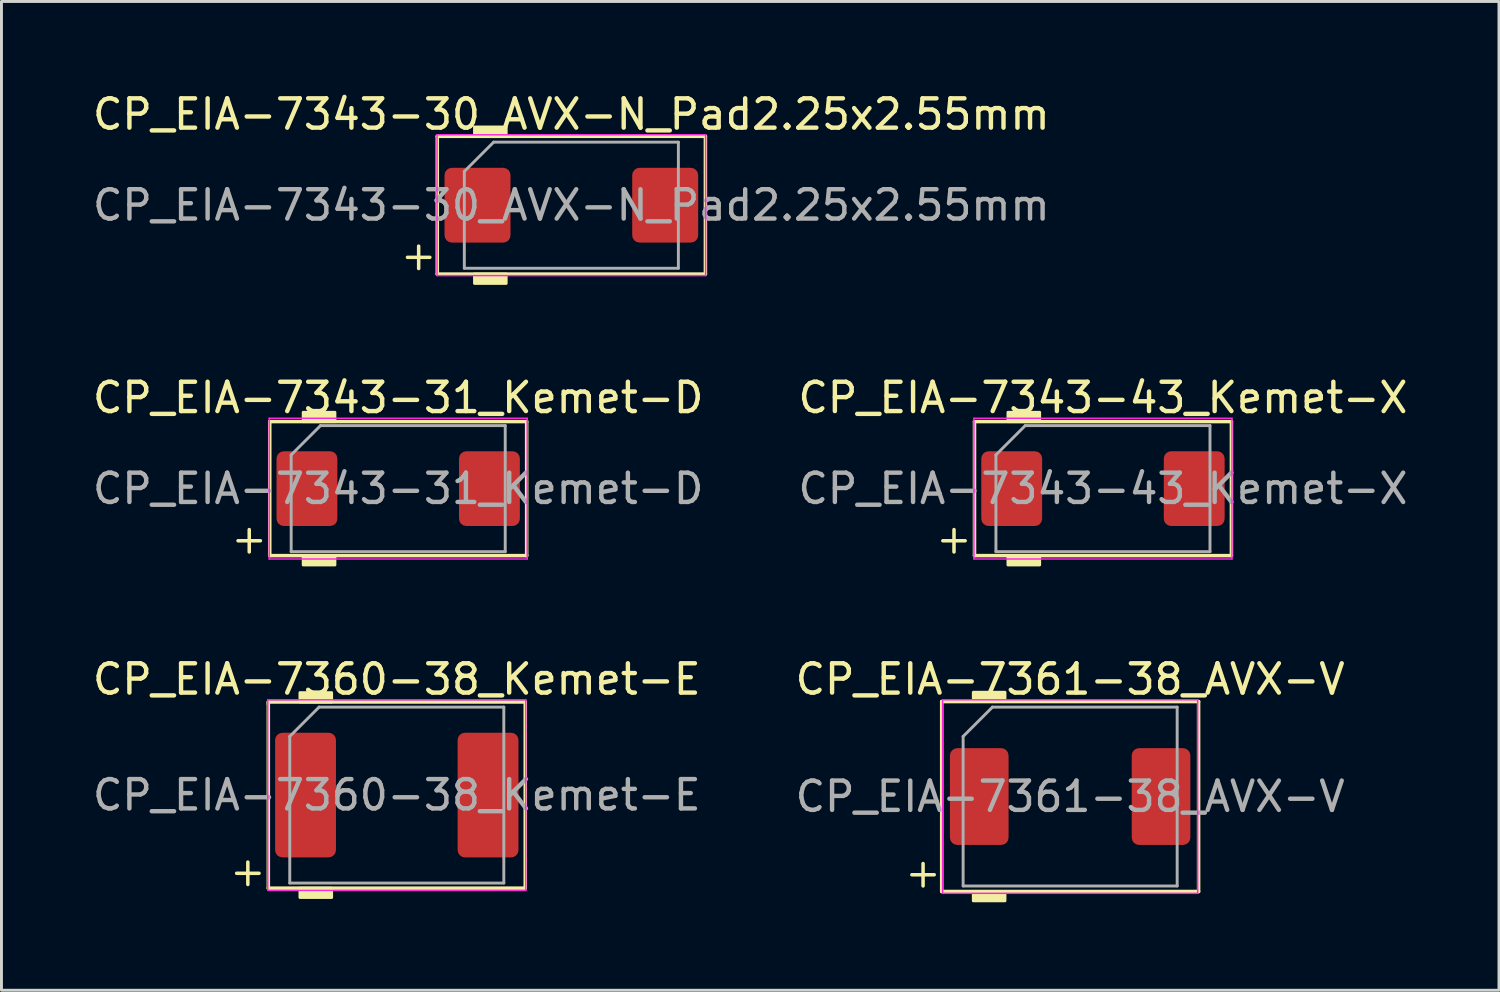
<source format=kicad_pcb>
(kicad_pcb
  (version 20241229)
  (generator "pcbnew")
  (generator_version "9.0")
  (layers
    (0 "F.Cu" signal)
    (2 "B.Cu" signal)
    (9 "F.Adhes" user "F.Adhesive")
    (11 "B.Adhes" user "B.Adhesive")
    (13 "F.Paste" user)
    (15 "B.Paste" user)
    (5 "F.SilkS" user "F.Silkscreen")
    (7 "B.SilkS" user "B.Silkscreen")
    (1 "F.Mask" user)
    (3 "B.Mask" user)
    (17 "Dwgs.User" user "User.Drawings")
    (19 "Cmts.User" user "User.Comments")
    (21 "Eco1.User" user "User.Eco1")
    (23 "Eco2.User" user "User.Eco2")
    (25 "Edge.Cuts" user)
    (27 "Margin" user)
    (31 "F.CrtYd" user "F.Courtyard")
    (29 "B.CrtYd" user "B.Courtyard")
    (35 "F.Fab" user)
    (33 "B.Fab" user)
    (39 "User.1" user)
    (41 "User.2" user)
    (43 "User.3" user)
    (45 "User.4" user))
  (footprint "CP_EIA-7361-38_AVX-V"
    (layer "F.Cu")
    (at 33.446 24.115)
    (property "Reference" "CP_EIA-7361-38_AVX-V" (at 0 -4 0) (layer "F.SilkS") (effects (font (size 1 1) (thickness 0.15))))
    (attr smd)
    (fp_line (start -5.397 2.667) (end -4.636 2.667) (stroke (width 0.12) (type solid)) (layer "F.SilkS"))
    (fp_line (start -5.016 2.286) (end -5.016 3.048) (stroke (width 0.12) (type solid)) (layer "F.SilkS"))
    (fp_line (start -4.381 -3.239) (end -4.381 3.239) (stroke (width 0.12) (type solid)) (layer "F.SilkS"))
    (fp_line (start -4.381 3.239) (end 4.381 3.239) (stroke (width 0.12) (type solid)) (layer "F.SilkS"))
    (fp_line (start 4.381 -3.239) (end -4.381 -3.239) (stroke (width 0.12) (type solid)) (layer "F.SilkS"))
    (fp_line (start 4.381 3.239) (end 4.381 -3.239) (stroke (width 0.12) (type solid)) (layer "F.SilkS"))
    (fp_poly (pts (xy -2.223 -3.239) (xy -3.302 -3.239) (xy -3.302 -3.556) (xy -2.223 -3.556)) (stroke (width 0.1) (type solid)) (fill yes) (layer "F.SilkS"))
    (fp_poly (pts (xy -2.223 3.556) (xy -3.302 3.556) (xy -3.302 3.239) (xy -2.223 3.239)) (stroke (width 0.1) (type solid)) (fill yes) (layer "F.SilkS"))
    (fp_line (start -4.35 -3.3) (end 4.35 -3.3) (stroke (width 0.05) (type solid)) (layer "F.CrtYd"))
    (fp_line (start -4.35 3.3) (end -4.35 -3.3) (stroke (width 0.05) (type solid)) (layer "F.CrtYd"))
    (fp_line (start 4.35 -3.3) (end 4.35 3.3) (stroke (width 0.05) (type solid)) (layer "F.CrtYd"))
    (fp_line (start 4.35 3.3) (end -4.35 3.3) (stroke (width 0.05) (type solid)) (layer "F.CrtYd"))
    (fp_line (start -3.65 -2.05) (end -3.65 3.05) (stroke (width 0.1) (type solid)) (layer "F.Fab"))
    (fp_line (start -3.65 3.05) (end 3.65 3.05) (stroke (width 0.1) (type solid)) (layer "F.Fab"))
    (fp_line (start -2.65 -3.05) (end -3.65 -2.05) (stroke (width 0.1) (type solid)) (layer "F.Fab"))
    (fp_line (start 3.65 -3.05) (end -2.65 -3.05) (stroke (width 0.1) (type solid)) (layer "F.Fab"))
    (fp_line (start 3.65 3.05) (end 3.65 -3.05) (stroke (width 0.1) (type solid)) (layer "F.Fab"))
    (fp_text user "${REFERENCE}" (at 0 0 0) (layer "F.Fab") (effects (font (size 1 1) (thickness 0.15))))
    (pad "1" smd roundrect (at -3.1 0) (size 2 3.3) (layers "F.Cu" "F.Mask" "F.Paste") (roundrect_rratio 0.125))
    (pad "2" smd roundrect (at 3.1 0) (size 2 3.3) (layers "F.Cu" "F.Mask" "F.Paste") (roundrect_rratio 0.125)))
  (footprint "CP_EIA-7343-30_AVX-N_Pad2.25x2.55mm"
    (layer "F.Cu")
    (at 16.435 3.948)
    (property "Reference" "CP_EIA-7343-30_AVX-N_Pad2.25x2.55mm" (at 0 -3.1 0) (layer "F.SilkS") (effects (font (size 1 1) (thickness 0.15))))
    (attr smd)
    (fp_line (start -5.588 1.778) (end -4.826 1.778) (stroke (width 0.12) (type solid)) (layer "F.SilkS"))
    (fp_line (start -5.207 1.397) (end -5.207 2.159) (stroke (width 0.12) (type solid)) (layer "F.SilkS"))
    (fp_line (start -4.572 -2.349) (end -4.572 2.349) (stroke (width 0.12) (type solid)) (layer "F.SilkS"))
    (fp_line (start -4.572 2.349) (end 4.572 2.349) (stroke (width 0.12) (type solid)) (layer "F.SilkS"))
    (fp_line (start 4.572 -2.349) (end -4.572 -2.349) (stroke (width 0.12) (type solid)) (layer "F.SilkS"))
    (fp_line (start 4.572 2.349) (end 4.572 -2.349) (stroke (width 0.12) (type solid)) (layer "F.SilkS"))
    (fp_poly (pts (xy -2.223 -2.349) (xy -3.302 -2.349) (xy -3.302 -2.667) (xy -2.223 -2.667)) (stroke (width 0.1) (type solid)) (fill yes) (layer "F.SilkS"))
    (fp_poly (pts (xy -2.223 2.667) (xy -3.302 2.667) (xy -3.302 2.349) (xy -2.223 2.349)) (stroke (width 0.1) (type solid)) (fill yes) (layer "F.SilkS"))
    (fp_line (start -4.58 -2.4) (end 4.58 -2.4) (stroke (width 0.05) (type solid)) (layer "F.CrtYd"))
    (fp_line (start -4.58 2.4) (end -4.58 -2.4) (stroke (width 0.05) (type solid)) (layer "F.CrtYd"))
    (fp_line (start 4.58 -2.4) (end 4.58 2.4) (stroke (width 0.05) (type solid)) (layer "F.CrtYd"))
    (fp_line (start 4.58 2.4) (end -4.58 2.4) (stroke (width 0.05) (type solid)) (layer "F.CrtYd"))
    (fp_line (start -3.65 -1.15) (end -3.65 2.15) (stroke (width 0.1) (type solid)) (layer "F.Fab"))
    (fp_line (start -3.65 2.15) (end 3.65 2.15) (stroke (width 0.1) (type solid)) (layer "F.Fab"))
    (fp_line (start -2.65 -2.15) (end -3.65 -1.15) (stroke (width 0.1) (type solid)) (layer "F.Fab"))
    (fp_line (start 3.65 -2.15) (end -2.65 -2.15) (stroke (width 0.1) (type solid)) (layer "F.Fab"))
    (fp_line (start 3.65 2.15) (end 3.65 -2.15) (stroke (width 0.1) (type solid)) (layer "F.Fab"))
    (fp_text user "${REFERENCE}" (at 0 0 0) (layer "F.Fab") (effects (font (size 1 1) (thickness 0.15))))
    (pad "1" smd roundrect (at -3.2 0) (size 2.25 2.55) (layers "F.Cu" "F.Mask" "F.Paste") (roundrect_rratio 0.111))
    (pad "2" smd roundrect (at 3.2 0) (size 2.25 2.55) (layers "F.Cu" "F.Mask" "F.Paste") (roundrect_rratio 0.111)))
  (footprint "CP_EIA-7360-38_Kemet-E"
    (layer "F.Cu")
    (at 10.482 24.065)
    (property "Reference" "CP_EIA-7360-38_Kemet-E" (at 0 -3.95 0) (layer "F.SilkS") (effects (font (size 1 1) (thickness 0.15))))
    (attr smd)
    (fp_line (start -5.461 2.667) (end -4.699 2.667) (stroke (width 0.12) (type solid)) (layer "F.SilkS"))
    (fp_line (start -5.08 2.286) (end -5.08 3.048) (stroke (width 0.12) (type solid)) (layer "F.SilkS"))
    (fp_line (start -4.381 -3.175) (end -4.381 -3.111) (stroke (width 0.12) (type solid)) (layer "F.SilkS"))
    (fp_line (start -4.381 -3.111) (end -4.381 3.175) (stroke (width 0.12) (type solid)) (layer "F.SilkS"))
    (fp_line (start -4.381 3.175) (end 4.381 3.175) (stroke (width 0.12) (type solid)) (layer "F.SilkS"))
    (fp_line (start 4.381 -3.175) (end -4.381 -3.175) (stroke (width 0.12) (type solid)) (layer "F.SilkS"))
    (fp_line (start 4.381 3.175) (end 4.381 -3.175) (stroke (width 0.12) (type solid)) (layer "F.SilkS"))
    (fp_poly (pts (xy -2.223 -3.175) (xy -3.302 -3.175) (xy -3.302 -3.493) (xy -2.223 -3.493)) (stroke (width 0.1) (type solid)) (fill yes) (layer "F.SilkS"))
    (fp_poly (pts (xy -2.223 3.493) (xy -3.302 3.493) (xy -3.302 3.175) (xy -2.223 3.175)) (stroke (width 0.1) (type solid)) (fill yes) (layer "F.SilkS"))
    (fp_line (start -4.4 -3.25) (end 4.4 -3.25) (stroke (width 0.05) (type solid)) (layer "F.CrtYd"))
    (fp_line (start -4.4 3.25) (end -4.4 -3.25) (stroke (width 0.05) (type solid)) (layer "F.CrtYd"))
    (fp_line (start 4.4 -3.25) (end 4.4 3.25) (stroke (width 0.05) (type solid)) (layer "F.CrtYd"))
    (fp_line (start 4.4 3.25) (end -4.4 3.25) (stroke (width 0.05) (type solid)) (layer "F.CrtYd"))
    (fp_line (start -3.65 -2) (end -3.65 3) (stroke (width 0.1) (type solid)) (layer "F.Fab"))
    (fp_line (start -3.65 3) (end 3.65 3) (stroke (width 0.1) (type solid)) (layer "F.Fab"))
    (fp_line (start -2.65 -3) (end -3.65 -2) (stroke (width 0.1) (type solid)) (layer "F.Fab"))
    (fp_line (start 3.65 -3) (end -2.65 -3) (stroke (width 0.1) (type solid)) (layer "F.Fab"))
    (fp_line (start 3.65 3) (end 3.65 -3) (stroke (width 0.1) (type solid)) (layer "F.Fab"))
    (fp_text user "${REFERENCE}" (at 0 0 0) (layer "F.Fab") (effects (font (size 1 1) (thickness 0.15))))
    (pad "1" smd roundrect (at -3.112 0) (size 2.075 4.25) (layers "F.Cu" "F.Mask" "F.Paste") (roundrect_rratio 0.12))
    (pad "2" smd roundrect (at 3.112 0) (size 2.075 4.25) (layers "F.Cu" "F.Mask" "F.Paste") (roundrect_rratio 0.12)))
  (footprint "CP_EIA-7343-31_Kemet-D"
    (layer "F.Cu")
    (at 10.53 13.614)
    (property "Reference" "CP_EIA-7343-31_Kemet-D" (at 0 -3.1 0) (layer "F.SilkS") (effects (font (size 1 1) (thickness 0.15))))
    (attr smd)
    (fp_line (start -5.461 1.778) (end -4.699 1.778) (stroke (width 0.12) (type solid)) (layer "F.SilkS"))
    (fp_line (start -5.08 1.397) (end -5.08 2.159) (stroke (width 0.12) (type solid)) (layer "F.SilkS"))
    (fp_line (start -4.381 -2.286) (end -4.381 2.286) (stroke (width 0.12) (type solid)) (layer "F.SilkS"))
    (fp_line (start -4.381 2.286) (end 4.381 2.286) (stroke (width 0.12) (type solid)) (layer "F.SilkS"))
    (fp_line (start 4.381 -2.286) (end -4.381 -2.286) (stroke (width 0.12) (type solid)) (layer "F.SilkS"))
    (fp_line (start 4.381 2.286) (end 4.381 -2.286) (stroke (width 0.12) (type solid)) (layer "F.SilkS"))
    (fp_poly (pts (xy -2.159 -2.286) (xy -3.239 -2.286) (xy -3.239 -2.603) (xy -2.159 -2.603)) (stroke (width 0.1) (type solid)) (fill yes) (layer "F.SilkS"))
    (fp_poly (pts (xy -2.159 2.603) (xy -3.239 2.603) (xy -3.239 2.286) (xy -2.159 2.286)) (stroke (width 0.1) (type solid)) (fill yes) (layer "F.SilkS"))
    (fp_line (start -4.4 -2.4) (end 4.4 -2.4) (stroke (width 0.05) (type solid)) (layer "F.CrtYd"))
    (fp_line (start -4.4 2.4) (end -4.4 -2.4) (stroke (width 0.05) (type solid)) (layer "F.CrtYd"))
    (fp_line (start 4.4 -2.4) (end 4.4 2.4) (stroke (width 0.05) (type solid)) (layer "F.CrtYd"))
    (fp_line (start 4.4 2.4) (end -4.4 2.4) (stroke (width 0.05) (type solid)) (layer "F.CrtYd"))
    (fp_line (start -3.65 -1.15) (end -3.65 2.15) (stroke (width 0.1) (type solid)) (layer "F.Fab"))
    (fp_line (start -3.65 2.15) (end 3.65 2.15) (stroke (width 0.1) (type solid)) (layer "F.Fab"))
    (fp_line (start -2.65 -2.15) (end -3.65 -1.15) (stroke (width 0.1) (type solid)) (layer "F.Fab"))
    (fp_line (start 3.65 -2.15) (end -2.65 -2.15) (stroke (width 0.1) (type solid)) (layer "F.Fab"))
    (fp_line (start 3.65 2.15) (end 3.65 -2.15) (stroke (width 0.1) (type solid)) (layer "F.Fab"))
    (fp_text user "${REFERENCE}" (at 0 0 0) (layer "F.Fab") (effects (font (size 1 1) (thickness 0.15))))
    (pad "1" smd roundrect (at -3.112 0) (size 2.075 2.55) (layers "F.Cu" "F.Mask" "F.Paste") (roundrect_rratio 0.12))
    (pad "2" smd roundrect (at 3.112 0) (size 2.075 2.55) (layers "F.Cu" "F.Mask" "F.Paste") (roundrect_rratio 0.12)))
  (footprint "CP_EIA-7343-43_Kemet-X"
    (layer "F.Cu")
    (at 34.565 13.614)
    (property "Reference" "CP_EIA-7343-43_Kemet-X" (at 0 -3.1 0) (layer "F.SilkS") (effects (font (size 1 1) (thickness 0.15))))
    (attr smd)
    (fp_line (start -5.461 1.778) (end -4.699 1.778) (stroke (width 0.12) (type solid)) (layer "F.SilkS"))
    (fp_line (start -5.08 1.397) (end -5.08 2.159) (stroke (width 0.12) (type solid)) (layer "F.SilkS"))
    (fp_line (start -4.381 -2.286) (end -4.381 2.286) (stroke (width 0.12) (type solid)) (layer "F.SilkS"))
    (fp_line (start -4.381 2.286) (end 4.381 2.286) (stroke (width 0.12) (type solid)) (layer "F.SilkS"))
    (fp_line (start 4.381 -2.286) (end -4.381 -2.286) (stroke (width 0.12) (type solid)) (layer "F.SilkS"))
    (fp_line (start 4.381 2.286) (end 4.381 -2.286) (stroke (width 0.12) (type solid)) (layer "F.SilkS"))
    (fp_poly (pts (xy -2.159 -2.286) (xy -3.239 -2.286) (xy -3.239 -2.603) (xy -2.159 -2.603)) (stroke (width 0.1) (type solid)) (fill yes) (layer "F.SilkS"))
    (fp_poly (pts (xy -2.159 2.603) (xy -3.239 2.603) (xy -3.239 2.286) (xy -2.159 2.286)) (stroke (width 0.1) (type solid)) (fill yes) (layer "F.SilkS"))
    (fp_line (start -4.4 -2.4) (end 4.4 -2.4) (stroke (width 0.05) (type solid)) (layer "F.CrtYd"))
    (fp_line (start -4.4 2.4) (end -4.4 -2.4) (stroke (width 0.05) (type solid)) (layer "F.CrtYd"))
    (fp_line (start 4.4 -2.4) (end 4.4 2.4) (stroke (width 0.05) (type solid)) (layer "F.CrtYd"))
    (fp_line (start 4.4 2.4) (end -4.4 2.4) (stroke (width 0.05) (type solid)) (layer "F.CrtYd"))
    (fp_line (start -3.65 -1.15) (end -3.65 2.15) (stroke (width 0.1) (type solid)) (layer "F.Fab"))
    (fp_line (start -3.65 2.15) (end 3.65 2.15) (stroke (width 0.1) (type solid)) (layer "F.Fab"))
    (fp_line (start -2.65 -2.15) (end -3.65 -1.15) (stroke (width 0.1) (type solid)) (layer "F.Fab"))
    (fp_line (start 3.65 -2.15) (end -2.65 -2.15) (stroke (width 0.1) (type solid)) (layer "F.Fab"))
    (fp_line (start 3.65 2.15) (end 3.65 -2.15) (stroke (width 0.1) (type solid)) (layer "F.Fab"))
    (fp_text user "${REFERENCE}" (at 0 0 0) (layer "F.Fab") (effects (font (size 1 1) (thickness 0.15))))
    (pad "1" smd roundrect (at -3.112 0) (size 2.075 2.55) (layers "F.Cu" "F.Mask" "F.Paste") (roundrect_rratio 0.12))
    (pad "2" smd roundrect (at 3.112 0) (size 2.075 2.55) (layers "F.Cu" "F.Mask" "F.Paste") (roundrect_rratio 0.12)))
  (gr_rect
    (start -3 -3)
    (end 48.071 30.721)
    (stroke (width 0.1) (type default))
    (fill no)
    (layer "Edge.Cuts")))
</source>
